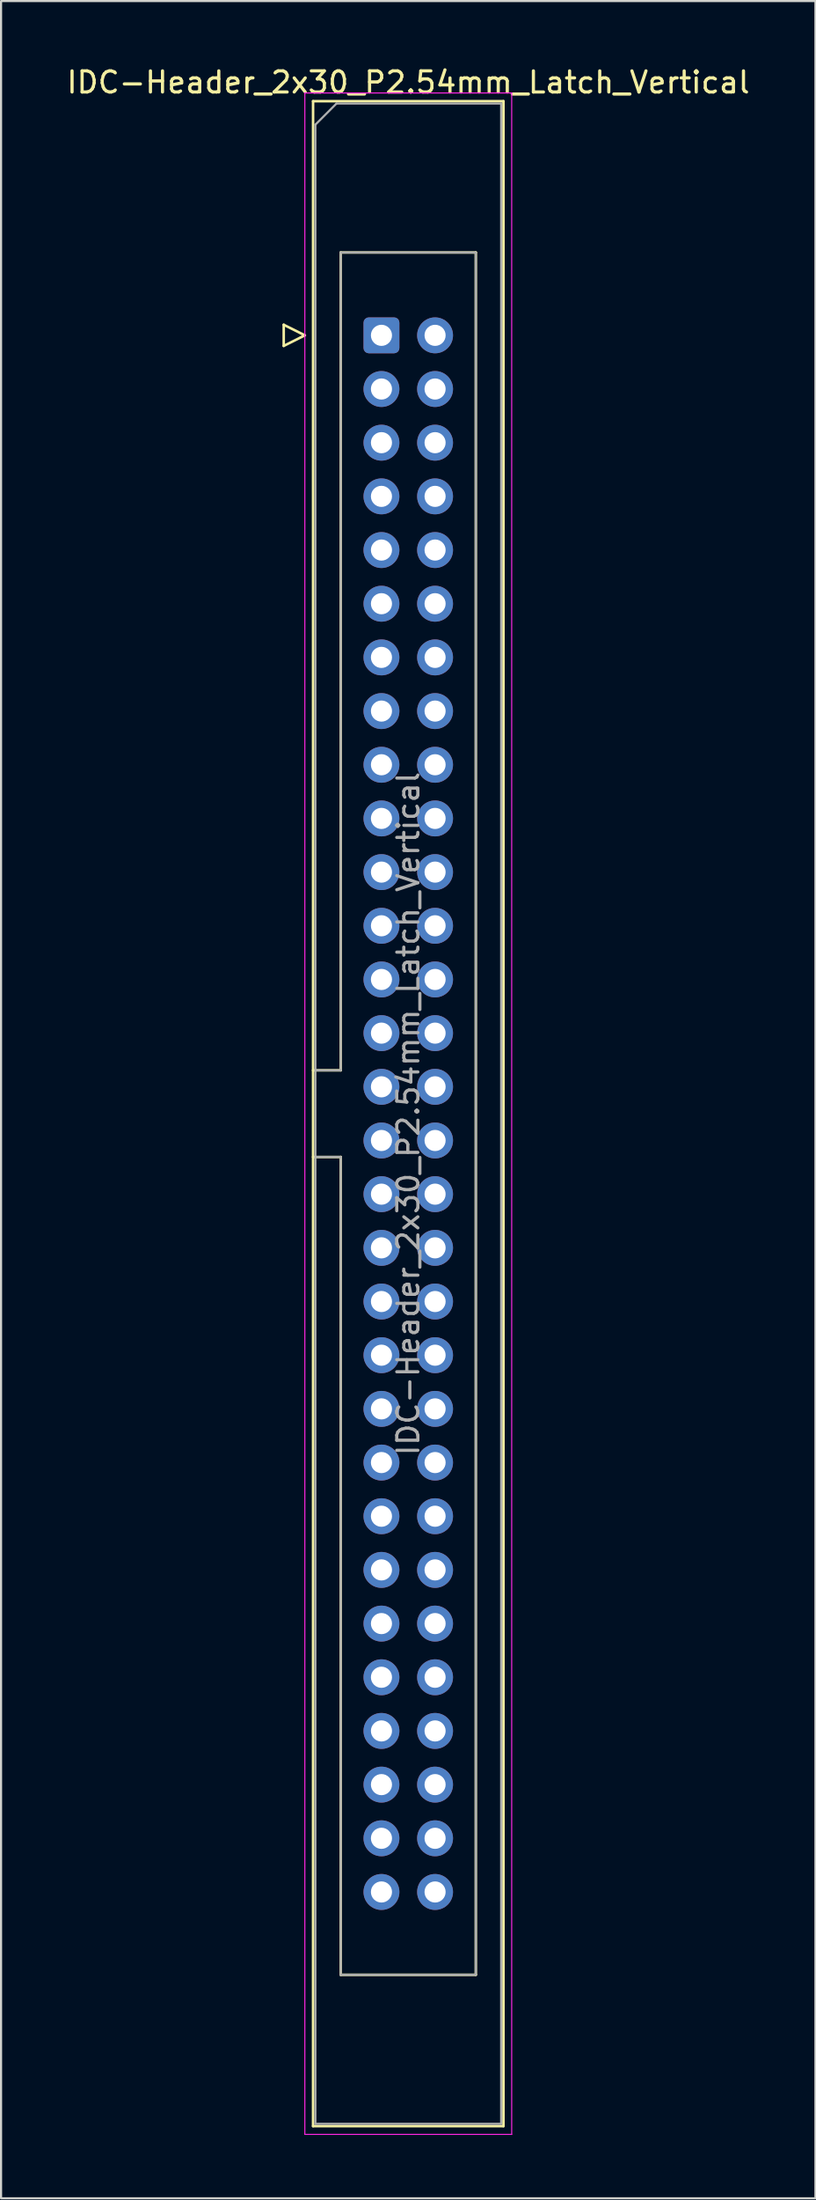
<source format=kicad_pcb>
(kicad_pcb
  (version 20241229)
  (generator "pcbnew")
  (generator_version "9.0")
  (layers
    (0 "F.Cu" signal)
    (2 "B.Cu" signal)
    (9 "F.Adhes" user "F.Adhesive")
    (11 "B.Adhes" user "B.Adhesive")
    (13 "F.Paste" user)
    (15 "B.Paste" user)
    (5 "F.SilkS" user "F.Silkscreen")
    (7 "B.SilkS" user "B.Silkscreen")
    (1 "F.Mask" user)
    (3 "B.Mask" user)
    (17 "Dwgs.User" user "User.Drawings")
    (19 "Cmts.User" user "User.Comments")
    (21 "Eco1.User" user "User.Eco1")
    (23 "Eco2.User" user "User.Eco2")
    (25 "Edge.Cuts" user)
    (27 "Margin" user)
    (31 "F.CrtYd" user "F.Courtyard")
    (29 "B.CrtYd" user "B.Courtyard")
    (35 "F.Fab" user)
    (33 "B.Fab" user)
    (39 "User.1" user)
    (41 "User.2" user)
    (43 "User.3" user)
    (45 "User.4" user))
  (footprint "IDC-Header_2x30_P2.54mm_Latch_Vertical"
    (layer "F.Cu")
    (at 15.022 12.818)
    (property "Reference" "IDC-Header_2x30_P2.54mm_Latch_Vertical" (at 1.27 -11.97 0) (layer "F.SilkS") (effects (font (size 1 1) (thickness 0.15))))
    (attr through_hole)
    (fp_line (start -4.63 -0.5) (end -4.63 0.5) (stroke (width 0.12) (type solid)) (layer "F.SilkS"))
    (fp_line (start -4.63 0.5) (end -3.63 0) (stroke (width 0.12) (type solid)) (layer "F.SilkS"))
    (fp_line (start -3.63 0) (end -4.63 -0.5) (stroke (width 0.12) (type solid)) (layer "F.SilkS"))
    (fp_line (start -3.24 -11.08) (end 5.78 -11.08) (stroke (width 0.12) (type solid)) (layer "F.SilkS"))
    (fp_line (start -3.24 34.78) (end -1.93 34.78) (stroke (width 0.12) (type solid)) (layer "F.SilkS"))
    (fp_line (start -3.24 84.74) (end -3.24 -11.08) (stroke (width 0.12) (type solid)) (layer "F.SilkS"))
    (fp_line (start -1.93 -3.92) (end 4.47 -3.92) (stroke (width 0.12) (type solid)) (layer "F.SilkS"))
    (fp_line (start -1.93 34.78) (end -1.93 -3.92) (stroke (width 0.12) (type solid)) (layer "F.SilkS"))
    (fp_line (start -1.93 38.88) (end -3.24 38.88) (stroke (width 0.12) (type solid)) (layer "F.SilkS"))
    (fp_line (start -1.93 77.58) (end -1.93 38.88) (stroke (width 0.12) (type solid)) (layer "F.SilkS"))
    (fp_line (start 4.47 -3.92) (end 4.47 77.58) (stroke (width 0.12) (type solid)) (layer "F.SilkS"))
    (fp_line (start 4.47 77.58) (end -1.93 77.58) (stroke (width 0.12) (type solid)) (layer "F.SilkS"))
    (fp_line (start 5.78 -11.08) (end 5.78 84.74) (stroke (width 0.12) (type solid)) (layer "F.SilkS"))
    (fp_line (start 5.78 84.74) (end -3.24 84.74) (stroke (width 0.12) (type solid)) (layer "F.SilkS"))
    (fp_line (start -3.63 -11.47) (end -3.63 85.13) (stroke (width 0.05) (type solid)) (layer "F.CrtYd"))
    (fp_line (start -3.63 85.13) (end 6.17 85.13) (stroke (width 0.05) (type solid)) (layer "F.CrtYd"))
    (fp_line (start 6.17 -11.47) (end -3.63 -11.47) (stroke (width 0.05) (type solid)) (layer "F.CrtYd"))
    (fp_line (start 6.17 85.13) (end 6.17 -11.47) (stroke (width 0.05) (type solid)) (layer "F.CrtYd"))
    (fp_line (start -3.13 -9.97) (end -2.13 -10.97) (stroke (width 0.1) (type solid)) (layer "F.Fab"))
    (fp_line (start -3.13 34.78) (end -1.93 34.78) (stroke (width 0.1) (type solid)) (layer "F.Fab"))
    (fp_line (start -3.13 84.63) (end -3.13 -9.97) (stroke (width 0.1) (type solid)) (layer "F.Fab"))
    (fp_line (start -2.13 -10.97) (end 5.67 -10.97) (stroke (width 0.1) (type solid)) (layer "F.Fab"))
    (fp_line (start -1.93 -3.92) (end 4.47 -3.92) (stroke (width 0.1) (type solid)) (layer "F.Fab"))
    (fp_line (start -1.93 34.78) (end -1.93 -3.92) (stroke (width 0.1) (type solid)) (layer "F.Fab"))
    (fp_line (start -1.93 38.88) (end -3.13 38.88) (stroke (width 0.1) (type solid)) (layer "F.Fab"))
    (fp_line (start -1.93 77.58) (end -1.93 38.88) (stroke (width 0.1) (type solid)) (layer "F.Fab"))
    (fp_line (start 4.47 -3.92) (end 4.47 77.58) (stroke (width 0.1) (type solid)) (layer "F.Fab"))
    (fp_line (start 4.47 77.58) (end -1.93 77.58) (stroke (width 0.1) (type solid)) (layer "F.Fab"))
    (fp_line (start 5.67 -10.97) (end 5.67 84.63) (stroke (width 0.1) (type solid)) (layer "F.Fab"))
    (fp_line (start 5.67 84.63) (end -3.13 84.63) (stroke (width 0.1) (type solid)) (layer "F.Fab"))
    (fp_text user "${REFERENCE}" (at 1.27 36.83 90) (layer "F.Fab") (effects (font (size 1 1) (thickness 0.15))))
    (pad "1" thru_hole roundrect (at 0 0) (size 1.7 1.7) (drill 1) (layers "*.Cu" "*.Mask") (roundrect_rratio 0.147))
    (pad "2" thru_hole circle (at 2.54 0) (size 1.7 1.7) (drill 1) (layers "*.Cu" "*.Mask"))
    (pad "3" thru_hole circle (at 0 2.54) (size 1.7 1.7) (drill 1) (layers "*.Cu" "*.Mask"))
    (pad "4" thru_hole circle (at 2.54 2.54) (size 1.7 1.7) (drill 1) (layers "*.Cu" "*.Mask"))
    (pad "5" thru_hole circle (at 0 5.08) (size 1.7 1.7) (drill 1) (layers "*.Cu" "*.Mask"))
    (pad "6" thru_hole circle (at 2.54 5.08) (size 1.7 1.7) (drill 1) (layers "*.Cu" "*.Mask"))
    (pad "7" thru_hole circle (at 0 7.62) (size 1.7 1.7) (drill 1) (layers "*.Cu" "*.Mask"))
    (pad "8" thru_hole circle (at 2.54 7.62) (size 1.7 1.7) (drill 1) (layers "*.Cu" "*.Mask"))
    (pad "9" thru_hole circle (at 0 10.16) (size 1.7 1.7) (drill 1) (layers "*.Cu" "*.Mask"))
    (pad "10" thru_hole circle (at 2.54 10.16) (size 1.7 1.7) (drill 1) (layers "*.Cu" "*.Mask"))
    (pad "11" thru_hole circle (at 0 12.7) (size 1.7 1.7) (drill 1) (layers "*.Cu" "*.Mask"))
    (pad "12" thru_hole circle (at 2.54 12.7) (size 1.7 1.7) (drill 1) (layers "*.Cu" "*.Mask"))
    (pad "13" thru_hole circle (at 0 15.24) (size 1.7 1.7) (drill 1) (layers "*.Cu" "*.Mask"))
    (pad "14" thru_hole circle (at 2.54 15.24) (size 1.7 1.7) (drill 1) (layers "*.Cu" "*.Mask"))
    (pad "15" thru_hole circle (at 0 17.78) (size 1.7 1.7) (drill 1) (layers "*.Cu" "*.Mask"))
    (pad "16" thru_hole circle (at 2.54 17.78) (size 1.7 1.7) (drill 1) (layers "*.Cu" "*.Mask"))
    (pad "17" thru_hole circle (at 0 20.32) (size 1.7 1.7) (drill 1) (layers "*.Cu" "*.Mask"))
    (pad "18" thru_hole circle (at 2.54 20.32) (size 1.7 1.7) (drill 1) (layers "*.Cu" "*.Mask"))
    (pad "19" thru_hole circle (at 0 22.86) (size 1.7 1.7) (drill 1) (layers "*.Cu" "*.Mask"))
    (pad "20" thru_hole circle (at 2.54 22.86) (size 1.7 1.7) (drill 1) (layers "*.Cu" "*.Mask"))
    (pad "21" thru_hole circle (at 0 25.4) (size 1.7 1.7) (drill 1) (layers "*.Cu" "*.Mask"))
    (pad "22" thru_hole circle (at 2.54 25.4) (size 1.7 1.7) (drill 1) (layers "*.Cu" "*.Mask"))
    (pad "23" thru_hole circle (at 0 27.94) (size 1.7 1.7) (drill 1) (layers "*.Cu" "*.Mask"))
    (pad "24" thru_hole circle (at 2.54 27.94) (size 1.7 1.7) (drill 1) (layers "*.Cu" "*.Mask"))
    (pad "25" thru_hole circle (at 0 30.48) (size 1.7 1.7) (drill 1) (layers "*.Cu" "*.Mask"))
    (pad "26" thru_hole circle (at 2.54 30.48) (size 1.7 1.7) (drill 1) (layers "*.Cu" "*.Mask"))
    (pad "27" thru_hole circle (at 0 33.02) (size 1.7 1.7) (drill 1) (layers "*.Cu" "*.Mask"))
    (pad "28" thru_hole circle (at 2.54 33.02) (size 1.7 1.7) (drill 1) (layers "*.Cu" "*.Mask"))
    (pad "29" thru_hole circle (at 0 35.56) (size 1.7 1.7) (drill 1) (layers "*.Cu" "*.Mask"))
    (pad "30" thru_hole circle (at 2.54 35.56) (size 1.7 1.7) (drill 1) (layers "*.Cu" "*.Mask"))
    (pad "31" thru_hole circle (at 0 38.1) (size 1.7 1.7) (drill 1) (layers "*.Cu" "*.Mask"))
    (pad "32" thru_hole circle (at 2.54 38.1) (size 1.7 1.7) (drill 1) (layers "*.Cu" "*.Mask"))
    (pad "33" thru_hole circle (at 0 40.64) (size 1.7 1.7) (drill 1) (layers "*.Cu" "*.Mask"))
    (pad "34" thru_hole circle (at 2.54 40.64) (size 1.7 1.7) (drill 1) (layers "*.Cu" "*.Mask"))
    (pad "35" thru_hole circle (at 0 43.18) (size 1.7 1.7) (drill 1) (layers "*.Cu" "*.Mask"))
    (pad "36" thru_hole circle (at 2.54 43.18) (size 1.7 1.7) (drill 1) (layers "*.Cu" "*.Mask"))
    (pad "37" thru_hole circle (at 0 45.72) (size 1.7 1.7) (drill 1) (layers "*.Cu" "*.Mask"))
    (pad "38" thru_hole circle (at 2.54 45.72) (size 1.7 1.7) (drill 1) (layers "*.Cu" "*.Mask"))
    (pad "39" thru_hole circle (at 0 48.26) (size 1.7 1.7) (drill 1) (layers "*.Cu" "*.Mask"))
    (pad "40" thru_hole circle (at 2.54 48.26) (size 1.7 1.7) (drill 1) (layers "*.Cu" "*.Mask"))
    (pad "41" thru_hole circle (at 0 50.8) (size 1.7 1.7) (drill 1) (layers "*.Cu" "*.Mask"))
    (pad "42" thru_hole circle (at 2.54 50.8) (size 1.7 1.7) (drill 1) (layers "*.Cu" "*.Mask"))
    (pad "43" thru_hole circle (at 0 53.34) (size 1.7 1.7) (drill 1) (layers "*.Cu" "*.Mask"))
    (pad "44" thru_hole circle (at 2.54 53.34) (size 1.7 1.7) (drill 1) (layers "*.Cu" "*.Mask"))
    (pad "45" thru_hole circle (at 0 55.88) (size 1.7 1.7) (drill 1) (layers "*.Cu" "*.Mask"))
    (pad "46" thru_hole circle (at 2.54 55.88) (size 1.7 1.7) (drill 1) (layers "*.Cu" "*.Mask"))
    (pad "47" thru_hole circle (at 0 58.42) (size 1.7 1.7) (drill 1) (layers "*.Cu" "*.Mask"))
    (pad "48" thru_hole circle (at 2.54 58.42) (size 1.7 1.7) (drill 1) (layers "*.Cu" "*.Mask"))
    (pad "49" thru_hole circle (at 0 60.96) (size 1.7 1.7) (drill 1) (layers "*.Cu" "*.Mask"))
    (pad "50" thru_hole circle (at 2.54 60.96) (size 1.7 1.7) (drill 1) (layers "*.Cu" "*.Mask"))
    (pad "51" thru_hole circle (at 0 63.5) (size 1.7 1.7) (drill 1) (layers "*.Cu" "*.Mask"))
    (pad "52" thru_hole circle (at 2.54 63.5) (size 1.7 1.7) (drill 1) (layers "*.Cu" "*.Mask"))
    (pad "53" thru_hole circle (at 0 66.04) (size 1.7 1.7) (drill 1) (layers "*.Cu" "*.Mask"))
    (pad "54" thru_hole circle (at 2.54 66.04) (size 1.7 1.7) (drill 1) (layers "*.Cu" "*.Mask"))
    (pad "55" thru_hole circle (at 0 68.58) (size 1.7 1.7) (drill 1) (layers "*.Cu" "*.Mask"))
    (pad "56" thru_hole circle (at 2.54 68.58) (size 1.7 1.7) (drill 1) (layers "*.Cu" "*.Mask"))
    (pad "57" thru_hole circle (at 0 71.12) (size 1.7 1.7) (drill 1) (layers "*.Cu" "*.Mask"))
    (pad "58" thru_hole circle (at 2.54 71.12) (size 1.7 1.7) (drill 1) (layers "*.Cu" "*.Mask"))
    (pad "59" thru_hole circle (at 0 73.66) (size 1.7 1.7) (drill 1) (layers "*.Cu" "*.Mask"))
    (pad "60" thru_hole circle (at 2.54 73.66) (size 1.7 1.7) (drill 1) (layers "*.Cu" "*.Mask")))
  (gr_rect
    (start -3 -3)
    (end 35.583 100.973)
    (stroke (width 0.1) (type default))
    (fill no)
    (layer "Edge.Cuts")))
</source>
